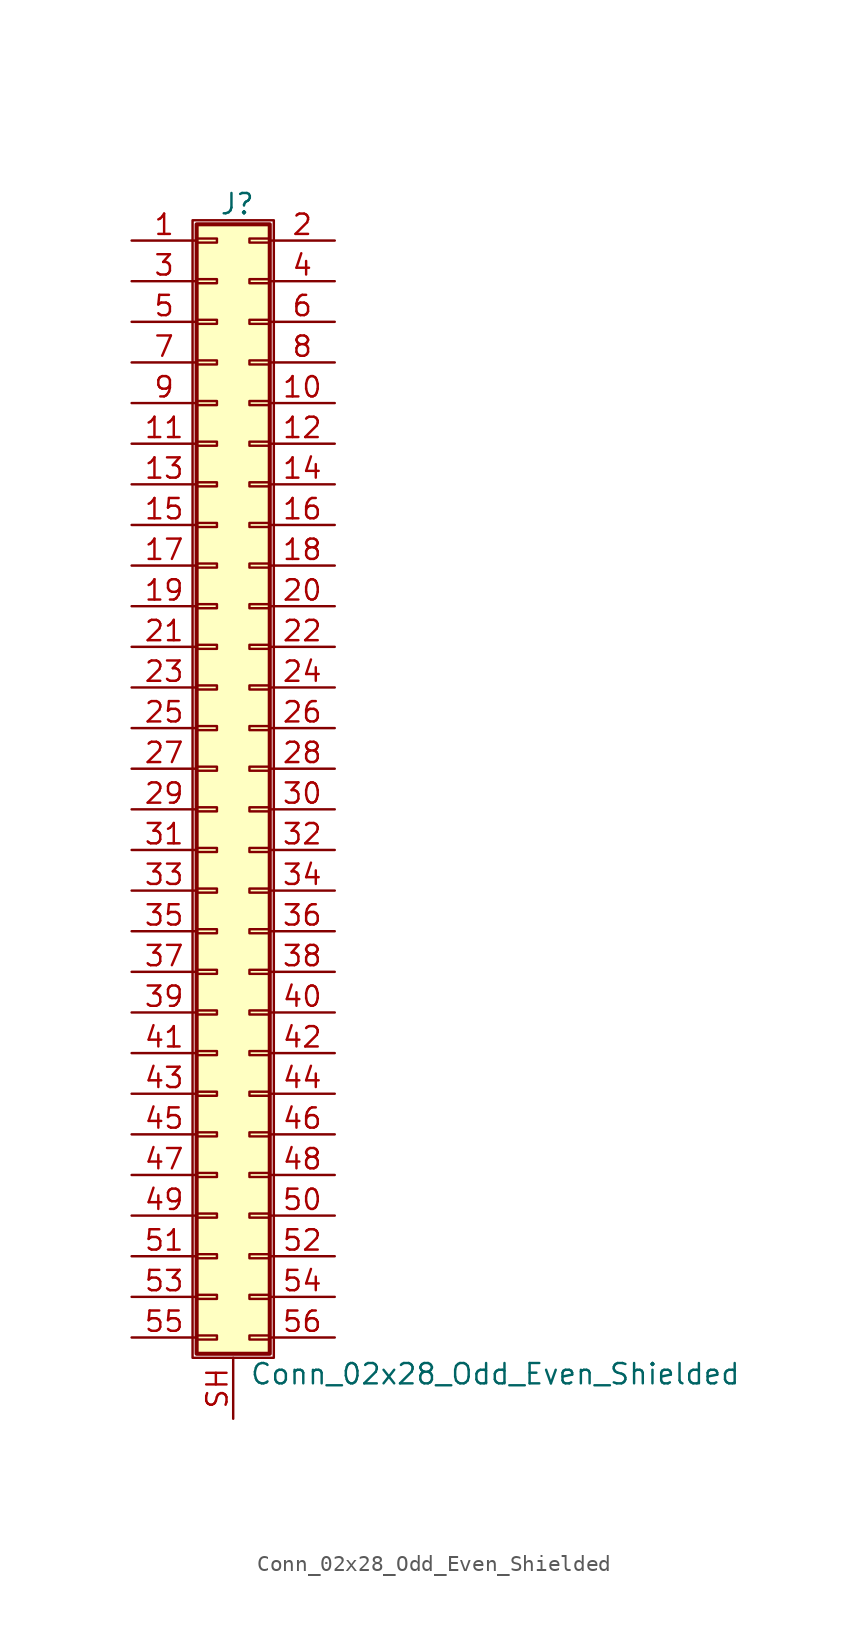
<source format=kicad_sym>
(kicad_symbol_lib
  (version 20220914)
  (generator kicad_symbol_editor)
  (symbol "Conn_02x28_Odd_Even_Shielded"
    (pin_names
      (offset 1.016) hide)
    (property "Reference" "J"
      (at 1.524 35.306 0)
      (effects (font (size 1.27 1.27))))
    (property "Value" "Conn_02x28_Odd_Even_Shielded"
      (at 2.286 -37.846 0)
      (effects (font (size 1.27 1.27)) (justify left)))
    (symbol "Conn_02x28_Odd_Even_Shielded_1_1"
      (rectangle (start -1.27 34.29) (end 3.81 -36.83) (stroke (width 0.152) (type default)) (fill (type none)))
      (rectangle (start -1.016 -35.433) (end 0.254 -35.687) (stroke (width 0.152) (type default)) (fill (type none)))
      (rectangle (start -1.016 -32.893) (end 0.254 -33.147) (stroke (width 0.152) (type default)) (fill (type none)))
      (rectangle (start -1.016 -30.353) (end 0.254 -30.607) (stroke (width 0.152) (type default)) (fill (type none)))
      (rectangle (start -1.016 -27.813) (end 0.254 -28.067) (stroke (width 0.152) (type default)) (fill (type none)))
      (rectangle (start -1.016 -25.273) (end 0.254 -25.527) (stroke (width 0.152) (type default)) (fill (type none)))
      (rectangle (start -1.016 -22.733) (end 0.254 -22.987) (stroke (width 0.152) (type default)) (fill (type none)))
      (rectangle (start -1.016 -20.193) (end 0.254 -20.447) (stroke (width 0.152) (type default)) (fill (type none)))
      (rectangle (start -1.016 -17.653) (end 0.254 -17.907) (stroke (width 0.152) (type default)) (fill (type none)))
      (rectangle (start -1.016 -15.113) (end 0.254 -15.367) (stroke (width 0.152) (type default)) (fill (type none)))
      (rectangle (start -1.016 -12.573) (end 0.254 -12.827) (stroke (width 0.152) (type default)) (fill (type none)))
      (rectangle (start -1.016 -10.033) (end 0.254 -10.287) (stroke (width 0.152) (type default)) (fill (type none)))
      (rectangle (start -1.016 -7.493) (end 0.254 -7.747) (stroke (width 0.152) (type default)) (fill (type none)))
      (rectangle (start -1.016 -4.953) (end 0.254 -5.207) (stroke (width 0.152) (type default)) (fill (type none)))
      (rectangle (start -1.016 -2.413) (end 0.254 -2.667) (stroke (width 0.152) (type default)) (fill (type none)))
      (rectangle (start -1.016 0.127) (end 0.254 -0.127) (stroke (width 0.152) (type default)) (fill (type none)))
      (rectangle (start -1.016 2.667) (end 0.254 2.413) (stroke (width 0.152) (type default)) (fill (type none)))
      (rectangle (start -1.016 5.207) (end 0.254 4.953) (stroke (width 0.152) (type default)) (fill (type none)))
      (rectangle (start -1.016 7.747) (end 0.254 7.493) (stroke (width 0.152) (type default)) (fill (type none)))
      (rectangle (start -1.016 10.287) (end 0.254 10.033) (stroke (width 0.152) (type default)) (fill (type none)))
      (rectangle (start -1.016 12.827) (end 0.254 12.573) (stroke (width 0.152) (type default)) (fill (type none)))
      (rectangle (start -1.016 15.367) (end 0.254 15.113) (stroke (width 0.152) (type default)) (fill (type none)))
      (rectangle (start -1.016 17.907) (end 0.254 17.653) (stroke (width 0.152) (type default)) (fill (type none)))
      (rectangle (start -1.016 20.447) (end 0.254 20.193) (stroke (width 0.152) (type default)) (fill (type none)))
      (rectangle (start -1.016 22.987) (end 0.254 22.733) (stroke (width 0.152) (type default)) (fill (type none)))
      (rectangle (start -1.016 25.527) (end 0.254 25.273) (stroke (width 0.152) (type default)) (fill (type none)))
      (rectangle (start -1.016 28.067) (end 0.254 27.813) (stroke (width 0.152) (type default)) (fill (type none)))
      (rectangle (start -1.016 30.607) (end 0.254 30.353) (stroke (width 0.152) (type default)) (fill (type none)))
      (rectangle (start -1.016 33.147) (end 0.254 32.893) (stroke (width 0.152) (type default)) (fill (type none)))
      (rectangle (start -1.016 34.036) (end 3.556 -36.576) (stroke (width 0.254) (type default)) (fill (type background)))
      (rectangle (start 3.556 -35.433) (end 2.286 -35.687) (stroke (width 0.152) (type default)) (fill (type none)))
      (rectangle (start 3.556 -32.893) (end 2.286 -33.147) (stroke (width 0.152) (type default)) (fill (type none)))
      (rectangle (start 3.556 -30.353) (end 2.286 -30.607) (stroke (width 0.152) (type default)) (fill (type none)))
      (rectangle (start 3.556 -27.813) (end 2.286 -28.067) (stroke (width 0.152) (type default)) (fill (type none)))
      (rectangle (start 3.556 -25.273) (end 2.286 -25.527) (stroke (width 0.152) (type default)) (fill (type none)))
      (rectangle (start 3.556 -22.733) (end 2.286 -22.987) (stroke (width 0.152) (type default)) (fill (type none)))
      (rectangle (start 3.556 -20.193) (end 2.286 -20.447) (stroke (width 0.152) (type default)) (fill (type none)))
      (rectangle (start 3.556 -17.653) (end 2.286 -17.907) (stroke (width 0.152) (type default)) (fill (type none)))
      (rectangle (start 3.556 -15.113) (end 2.286 -15.367) (stroke (width 0.152) (type default)) (fill (type none)))
      (rectangle (start 3.556 -12.573) (end 2.286 -12.827) (stroke (width 0.152) (type default)) (fill (type none)))
      (rectangle (start 3.556 -10.033) (end 2.286 -10.287) (stroke (width 0.152) (type default)) (fill (type none)))
      (rectangle (start 3.556 -7.493) (end 2.286 -7.747) (stroke (width 0.152) (type default)) (fill (type none)))
      (rectangle (start 3.556 -4.953) (end 2.286 -5.207) (stroke (width 0.152) (type default)) (fill (type none)))
      (rectangle (start 3.556 -2.413) (end 2.286 -2.667) (stroke (width 0.152) (type default)) (fill (type none)))
      (rectangle (start 3.556 0.127) (end 2.286 -0.127) (stroke (width 0.152) (type default)) (fill (type none)))
      (rectangle (start 3.556 2.667) (end 2.286 2.413) (stroke (width 0.152) (type default)) (fill (type none)))
      (rectangle (start 3.556 5.207) (end 2.286 4.953) (stroke (width 0.152) (type default)) (fill (type none)))
      (rectangle (start 3.556 7.747) (end 2.286 7.493) (stroke (width 0.152) (type default)) (fill (type none)))
      (rectangle (start 3.556 10.287) (end 2.286 10.033) (stroke (width 0.152) (type default)) (fill (type none)))
      (rectangle (start 3.556 12.827) (end 2.286 12.573) (stroke (width 0.152) (type default)) (fill (type none)))
      (rectangle (start 3.556 15.367) (end 2.286 15.113) (stroke (width 0.152) (type default)) (fill (type none)))
      (rectangle (start 3.556 17.907) (end 2.286 17.653) (stroke (width 0.152) (type default)) (fill (type none)))
      (rectangle (start 3.556 20.447) (end 2.286 20.193) (stroke (width 0.152) (type default)) (fill (type none)))
      (rectangle (start 3.556 22.987) (end 2.286 22.733) (stroke (width 0.152) (type default)) (fill (type none)))
      (rectangle (start 3.556 25.527) (end 2.286 25.273) (stroke (width 0.152) (type default)) (fill (type none)))
      (rectangle (start 3.556 28.067) (end 2.286 27.813) (stroke (width 0.152) (type default)) (fill (type none)))
      (rectangle (start 3.556 30.607) (end 2.286 30.353) (stroke (width 0.152) (type default)) (fill (type none)))
      (rectangle (start 3.556 33.147) (end 2.286 32.893) (stroke (width 0.152) (type default)) (fill (type none)))
      (pin passive line (at -5.08 33.02 0) (length 4.064) (name "Pin_1" (effects (font (size 1.27 1.27)))) (number "1" (effects (font (size 1.27 1.27)))))
      (pin passive line (at 7.62 22.86 180) (length 4.064) (name "Pin_10" (effects (font (size 1.27 1.27)))) (number "10" (effects (font (size 1.27 1.27)))))
      (pin passive line (at -5.08 20.32 0) (length 4.064) (name "Pin_11" (effects (font (size 1.27 1.27)))) (number "11" (effects (font (size 1.27 1.27)))))
      (pin passive line (at 7.62 20.32 180) (length 4.064) (name "Pin_12" (effects (font (size 1.27 1.27)))) (number "12" (effects (font (size 1.27 1.27)))))
      (pin passive line (at -5.08 17.78 0) (length 4.064) (name "Pin_13" (effects (font (size 1.27 1.27)))) (number "13" (effects (font (size 1.27 1.27)))))
      (pin passive line (at 7.62 17.78 180) (length 4.064) (name "Pin_14" (effects (font (size 1.27 1.27)))) (number "14" (effects (font (size 1.27 1.27)))))
      (pin passive line (at -5.08 15.24 0) (length 4.064) (name "Pin_15" (effects (font (size 1.27 1.27)))) (number "15" (effects (font (size 1.27 1.27)))))
      (pin passive line (at 7.62 15.24 180) (length 4.064) (name "Pin_16" (effects (font (size 1.27 1.27)))) (number "16" (effects (font (size 1.27 1.27)))))
      (pin passive line (at -5.08 12.7 0) (length 4.064) (name "Pin_17" (effects (font (size 1.27 1.27)))) (number "17" (effects (font (size 1.27 1.27)))))
      (pin passive line (at 7.62 12.7 180) (length 4.064) (name "Pin_18" (effects (font (size 1.27 1.27)))) (number "18" (effects (font (size 1.27 1.27)))))
      (pin passive line (at -5.08 10.16 0) (length 4.064) (name "Pin_19" (effects (font (size 1.27 1.27)))) (number "19" (effects (font (size 1.27 1.27)))))
      (pin passive line (at 7.62 33.02 180) (length 4.064) (name "Pin_2" (effects (font (size 1.27 1.27)))) (number "2" (effects (font (size 1.27 1.27)))))
      (pin passive line (at 7.62 10.16 180) (length 4.064) (name "Pin_20" (effects (font (size 1.27 1.27)))) (number "20" (effects (font (size 1.27 1.27)))))
      (pin passive line (at -5.08 7.62 0) (length 4.064) (name "Pin_21" (effects (font (size 1.27 1.27)))) (number "21" (effects (font (size 1.27 1.27)))))
      (pin passive line (at 7.62 7.62 180) (length 4.064) (name "Pin_22" (effects (font (size 1.27 1.27)))) (number "22" (effects (font (size 1.27 1.27)))))
      (pin passive line (at -5.08 5.08 0) (length 4.064) (name "Pin_23" (effects (font (size 1.27 1.27)))) (number "23" (effects (font (size 1.27 1.27)))))
      (pin passive line (at 7.62 5.08 180) (length 4.064) (name "Pin_24" (effects (font (size 1.27 1.27)))) (number "24" (effects (font (size 1.27 1.27)))))
      (pin passive line (at -5.08 2.54 0) (length 4.064) (name "Pin_25" (effects (font (size 1.27 1.27)))) (number "25" (effects (font (size 1.27 1.27)))))
      (pin passive line (at 7.62 2.54 180) (length 4.064) (name "Pin_26" (effects (font (size 1.27 1.27)))) (number "26" (effects (font (size 1.27 1.27)))))
      (pin passive line (at -5.08 0 0) (length 4.064) (name "Pin_27" (effects (font (size 1.27 1.27)))) (number "27" (effects (font (size 1.27 1.27)))))
      (pin passive line (at 7.62 0 180) (length 4.064) (name "Pin_28" (effects (font (size 1.27 1.27)))) (number "28" (effects (font (size 1.27 1.27)))))
      (pin passive line (at -5.08 -2.54 0) (length 4.064) (name "Pin_29" (effects (font (size 1.27 1.27)))) (number "29" (effects (font (size 1.27 1.27)))))
      (pin passive line (at -5.08 30.48 0) (length 4.064) (name "Pin_3" (effects (font (size 1.27 1.27)))) (number "3" (effects (font (size 1.27 1.27)))))
      (pin passive line (at 7.62 -2.54 180) (length 4.064) (name "Pin_30" (effects (font (size 1.27 1.27)))) (number "30" (effects (font (size 1.27 1.27)))))
      (pin passive line (at -5.08 -5.08 0) (length 4.064) (name "Pin_31" (effects (font (size 1.27 1.27)))) (number "31" (effects (font (size 1.27 1.27)))))
      (pin passive line (at 7.62 -5.08 180) (length 4.064) (name "Pin_32" (effects (font (size 1.27 1.27)))) (number "32" (effects (font (size 1.27 1.27)))))
      (pin passive line (at -5.08 -7.62 0) (length 4.064) (name "Pin_33" (effects (font (size 1.27 1.27)))) (number "33" (effects (font (size 1.27 1.27)))))
      (pin passive line (at 7.62 -7.62 180) (length 4.064) (name "Pin_34" (effects (font (size 1.27 1.27)))) (number "34" (effects (font (size 1.27 1.27)))))
      (pin passive line (at -5.08 -10.16 0) (length 4.064) (name "Pin_35" (effects (font (size 1.27 1.27)))) (number "35" (effects (font (size 1.27 1.27)))))
      (pin passive line (at 7.62 -10.16 180) (length 4.064) (name "Pin_36" (effects (font (size 1.27 1.27)))) (number "36" (effects (font (size 1.27 1.27)))))
      (pin passive line (at -5.08 -12.7 0) (length 4.064) (name "Pin_37" (effects (font (size 1.27 1.27)))) (number "37" (effects (font (size 1.27 1.27)))))
      (pin passive line (at 7.62 -12.7 180) (length 4.064) (name "Pin_38" (effects (font (size 1.27 1.27)))) (number "38" (effects (font (size 1.27 1.27)))))
      (pin passive line (at -5.08 -15.24 0) (length 4.064) (name "Pin_39" (effects (font (size 1.27 1.27)))) (number "39" (effects (font (size 1.27 1.27)))))
      (pin passive line (at 7.62 30.48 180) (length 4.064) (name "Pin_4" (effects (font (size 1.27 1.27)))) (number "4" (effects (font (size 1.27 1.27)))))
      (pin passive line (at 7.62 -15.24 180) (length 4.064) (name "Pin_40" (effects (font (size 1.27 1.27)))) (number "40" (effects (font (size 1.27 1.27)))))
      (pin passive line (at -5.08 -17.78 0) (length 4.064) (name "Pin_41" (effects (font (size 1.27 1.27)))) (number "41" (effects (font (size 1.27 1.27)))))
      (pin passive line (at 7.62 -17.78 180) (length 4.064) (name "Pin_42" (effects (font (size 1.27 1.27)))) (number "42" (effects (font (size 1.27 1.27)))))
      (pin passive line (at -5.08 -20.32 0) (length 4.064) (name "Pin_43" (effects (font (size 1.27 1.27)))) (number "43" (effects (font (size 1.27 1.27)))))
      (pin passive line (at 7.62 -20.32 180) (length 4.064) (name "Pin_44" (effects (font (size 1.27 1.27)))) (number "44" (effects (font (size 1.27 1.27)))))
      (pin passive line (at -5.08 -22.86 0) (length 4.064) (name "Pin_45" (effects (font (size 1.27 1.27)))) (number "45" (effects (font (size 1.27 1.27)))))
      (pin passive line (at 7.62 -22.86 180) (length 4.064) (name "Pin_46" (effects (font (size 1.27 1.27)))) (number "46" (effects (font (size 1.27 1.27)))))
      (pin passive line (at -5.08 -25.4 0) (length 4.064) (name "Pin_47" (effects (font (size 1.27 1.27)))) (number "47" (effects (font (size 1.27 1.27)))))
      (pin passive line (at 7.62 -25.4 180) (length 4.064) (name "Pin_48" (effects (font (size 1.27 1.27)))) (number "48" (effects (font (size 1.27 1.27)))))
      (pin passive line (at -5.08 -27.94 0) (length 4.064) (name "Pin_49" (effects (font (size 1.27 1.27)))) (number "49" (effects (font (size 1.27 1.27)))))
      (pin passive line (at -5.08 27.94 0) (length 4.064) (name "Pin_5" (effects (font (size 1.27 1.27)))) (number "5" (effects (font (size 1.27 1.27)))))
      (pin passive line (at 7.62 -27.94 180) (length 4.064) (name "Pin_50" (effects (font (size 1.27 1.27)))) (number "50" (effects (font (size 1.27 1.27)))))
      (pin passive line (at -5.08 -30.48 0) (length 4.064) (name "Pin_51" (effects (font (size 1.27 1.27)))) (number "51" (effects (font (size 1.27 1.27)))))
      (pin passive line (at 7.62 -30.48 180) (length 4.064) (name "Pin_52" (effects (font (size 1.27 1.27)))) (number "52" (effects (font (size 1.27 1.27)))))
      (pin passive line (at -5.08 -33.02 0) (length 4.064) (name "Pin_53" (effects (font (size 1.27 1.27)))) (number "53" (effects (font (size 1.27 1.27)))))
      (pin passive line (at 7.62 -33.02 180) (length 4.064) (name "Pin_54" (effects (font (size 1.27 1.27)))) (number "54" (effects (font (size 1.27 1.27)))))
      (pin passive line (at -5.08 -35.56 0) (length 4.064) (name "Pin_55" (effects (font (size 1.27 1.27)))) (number "55" (effects (font (size 1.27 1.27)))))
      (pin passive line (at 7.62 -35.56 180) (length 4.064) (name "Pin_56" (effects (font (size 1.27 1.27)))) (number "56" (effects (font (size 1.27 1.27)))))
      (pin passive line (at 7.62 27.94 180) (length 4.064) (name "Pin_6" (effects (font (size 1.27 1.27)))) (number "6" (effects (font (size 1.27 1.27)))))
      (pin passive line (at -5.08 25.4 0) (length 4.064) (name "Pin_7" (effects (font (size 1.27 1.27)))) (number "7" (effects (font (size 1.27 1.27)))))
      (pin passive line (at 7.62 25.4 180) (length 4.064) (name "Pin_8" (effects (font (size 1.27 1.27)))) (number "8" (effects (font (size 1.27 1.27)))))
      (pin passive line (at -5.08 22.86 0) (length 4.064) (name "Pin_9" (effects (font (size 1.27 1.27)))) (number "9" (effects (font (size 1.27 1.27)))))
      (pin passive line (at 1.27 -40.64 90) (length 3.81) (name "Shield" (effects (font (size 1.27 1.27)))) (number "SH" (effects (font (size 1.27 1.27))))))))
</source>
